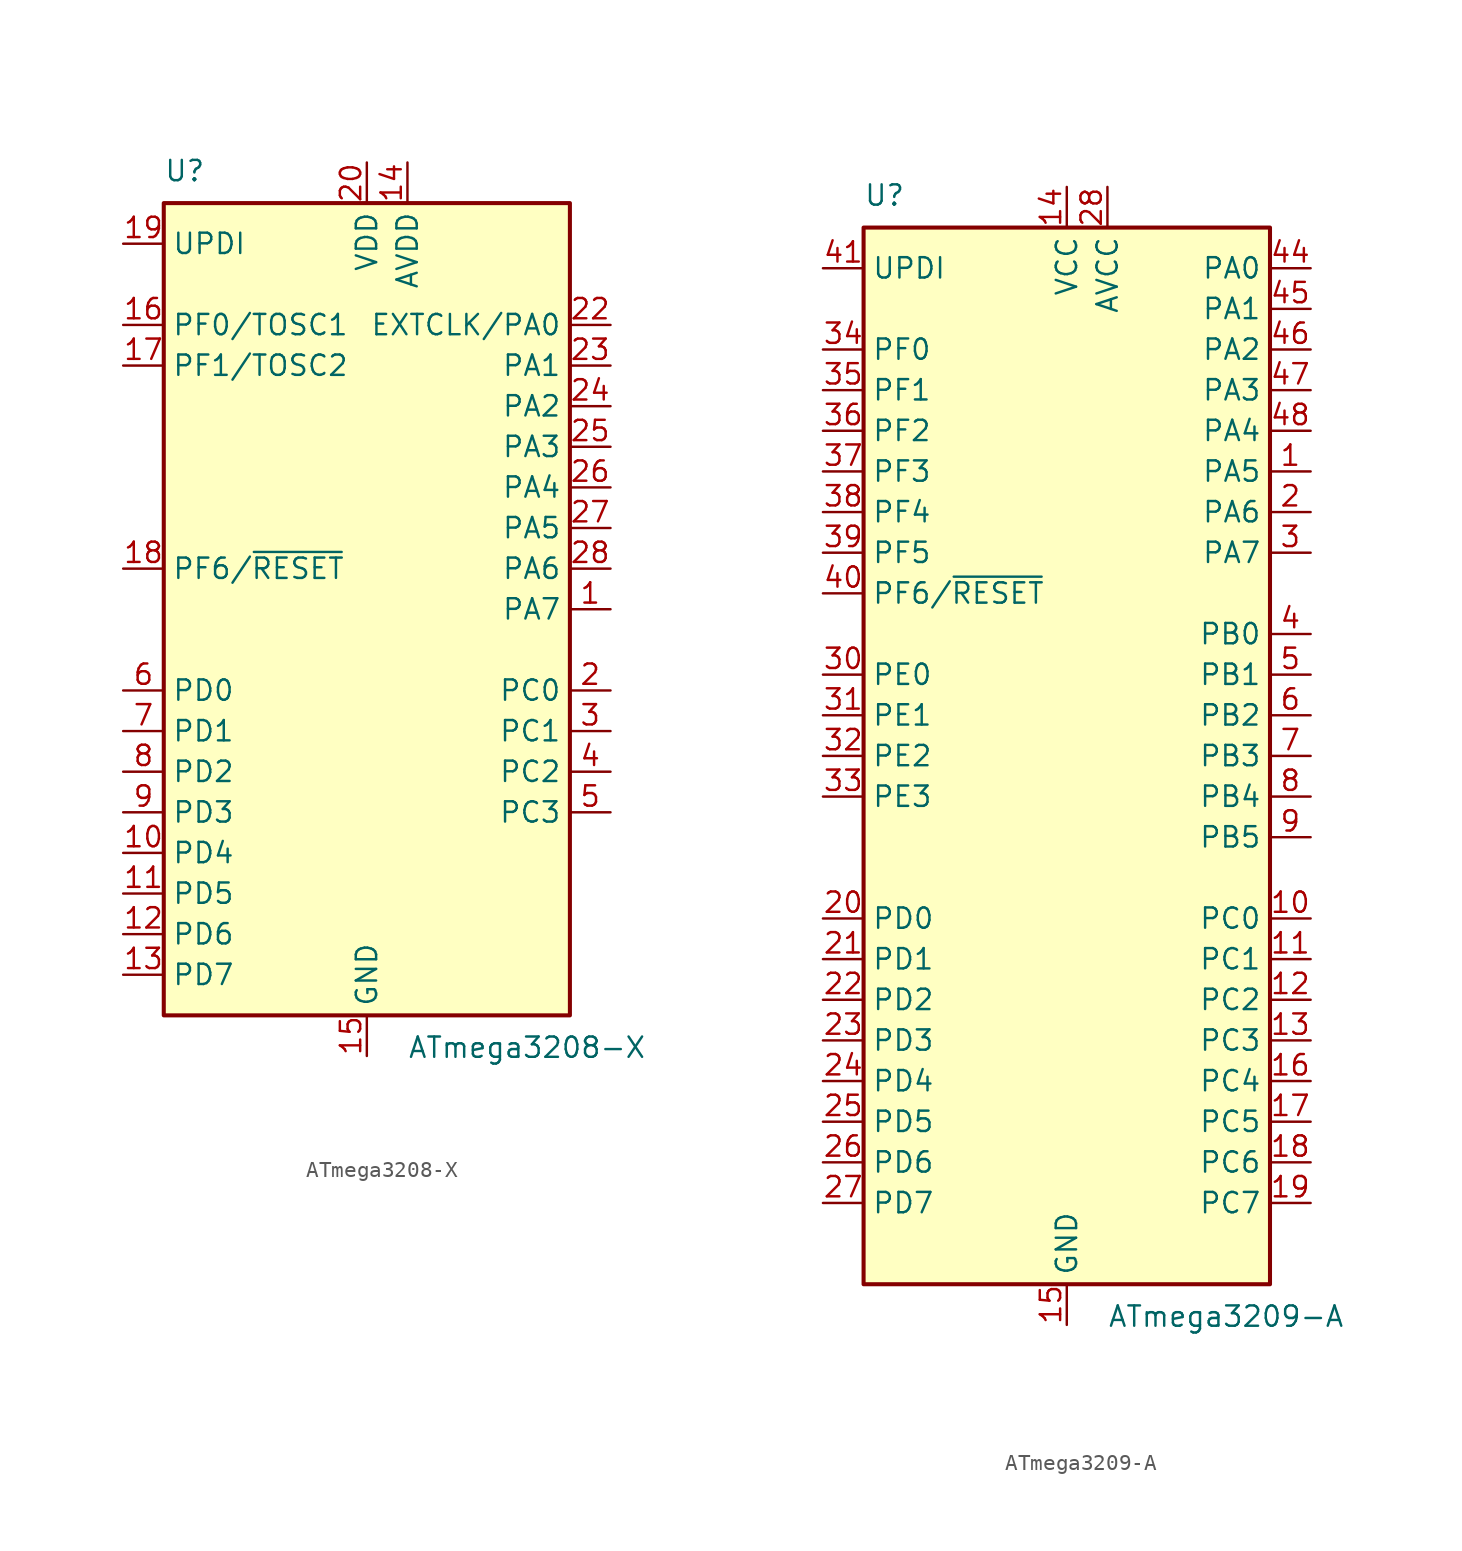
<source format=kicad_sym>
(kicad_symbol_lib
  (version 20241209)
  (generator "kicad_symbol_editor")
  (generator_version "9.0")
  (symbol "ATmega3208-X"
    (property "Reference" "U"
      (at -12.7 26.67 0)
      (effects (font (size 1.27 1.27)) (justify left bottom)))
    (property "Value" "ATmega3208-X"
      (at 2.54 -26.67 0)
      (effects (font (size 1.27 1.27)) (justify left top)))
    (symbol "ATmega3208-X_0_1"
      (rectangle (start -12.7 -25.4) (end 12.7 25.4) (stroke (width 0.254) (type default)) (fill (type background))))
    (symbol "ATmega3208-X_1_1"
      (pin bidirectional line (at -15.24 22.86 0) (length 2.54) (name "UPDI" (effects (font (size 1.27 1.27)))) (number "19" (effects (font (size 1.27 1.27)))))
      (pin bidirectional line (at -15.24 17.78 0) (length 2.54) (name "PF0/TOSC1" (effects (font (size 1.27 1.27)))) (number "16" (effects (font (size 1.27 1.27)))))
      (pin bidirectional line (at -15.24 15.24 0) (length 2.54) (name "PF1/TOSC2" (effects (font (size 1.27 1.27)))) (number "17" (effects (font (size 1.27 1.27)))))
      (pin bidirectional line (at -15.24 2.54 0) (length 2.54) (name "PF6/~{RESET}" (effects (font (size 1.27 1.27)))) (number "18" (effects (font (size 1.27 1.27)))))
      (pin bidirectional line (at -15.24 -5.08 0) (length 2.54) (name "PD0" (effects (font (size 1.27 1.27)))) (number "6" (effects (font (size 1.27 1.27)))))
      (pin bidirectional line (at -15.24 -7.62 0) (length 2.54) (name "PD1" (effects (font (size 1.27 1.27)))) (number "7" (effects (font (size 1.27 1.27)))))
      (pin bidirectional line (at -15.24 -10.16 0) (length 2.54) (name "PD2" (effects (font (size 1.27 1.27)))) (number "8" (effects (font (size 1.27 1.27)))))
      (pin bidirectional line (at -15.24 -12.7 0) (length 2.54) (name "PD3" (effects (font (size 1.27 1.27)))) (number "9" (effects (font (size 1.27 1.27)))))
      (pin bidirectional line (at -15.24 -15.24 0) (length 2.54) (name "PD4" (effects (font (size 1.27 1.27)))) (number "10" (effects (font (size 1.27 1.27)))))
      (pin bidirectional line (at -15.24 -17.78 0) (length 2.54) (name "PD5" (effects (font (size 1.27 1.27)))) (number "11" (effects (font (size 1.27 1.27)))))
      (pin bidirectional line (at -15.24 -20.32 0) (length 2.54) (name "PD6" (effects (font (size 1.27 1.27)))) (number "12" (effects (font (size 1.27 1.27)))))
      (pin bidirectional line (at -15.24 -22.86 0) (length 2.54) (name "PD7" (effects (font (size 1.27 1.27)))) (number "13" (effects (font (size 1.27 1.27)))))
      (pin power_in line (at 0 27.94 270) (length 2.54) (name "VDD" (effects (font (size 1.27 1.27)))) (number "20" (effects (font (size 1.27 1.27)))))
      (pin power_in line (at 0 -27.94 90) (length 2.54) (name "GND" (effects (font (size 1.27 1.27)))) (number "15" (effects (font (size 1.27 1.27)))))
      (pin passive line (at 0 -27.94 90) (length 2.54) (hide yes) (name "GND" (effects (font (size 1.27 1.27)))) (number "21" (effects (font (size 1.27 1.27)))))
      (pin power_in line (at 2.54 27.94 270) (length 2.54) (name "AVDD" (effects (font (size 1.27 1.27)))) (number "14" (effects (font (size 1.27 1.27)))))
      (pin bidirectional line (at 15.24 17.78 180) (length 2.54) (name "EXTCLK/PA0" (effects (font (size 1.27 1.27)))) (number "22" (effects (font (size 1.27 1.27)))))
      (pin bidirectional line (at 15.24 15.24 180) (length 2.54) (name "PA1" (effects (font (size 1.27 1.27)))) (number "23" (effects (font (size 1.27 1.27)))))
      (pin bidirectional line (at 15.24 12.7 180) (length 2.54) (name "PA2" (effects (font (size 1.27 1.27)))) (number "24" (effects (font (size 1.27 1.27)))))
      (pin bidirectional line (at 15.24 10.16 180) (length 2.54) (name "PA3" (effects (font (size 1.27 1.27)))) (number "25" (effects (font (size 1.27 1.27)))))
      (pin bidirectional line (at 15.24 7.62 180) (length 2.54) (name "PA4" (effects (font (size 1.27 1.27)))) (number "26" (effects (font (size 1.27 1.27)))))
      (pin bidirectional line (at 15.24 5.08 180) (length 2.54) (name "PA5" (effects (font (size 1.27 1.27)))) (number "27" (effects (font (size 1.27 1.27)))))
      (pin bidirectional line (at 15.24 2.54 180) (length 2.54) (name "PA6" (effects (font (size 1.27 1.27)))) (number "28" (effects (font (size 1.27 1.27)))))
      (pin bidirectional line (at 15.24 0 180) (length 2.54) (name "PA7" (effects (font (size 1.27 1.27)))) (number "1" (effects (font (size 1.27 1.27)))))
      (pin bidirectional line (at 15.24 -5.08 180) (length 2.54) (name "PC0" (effects (font (size 1.27 1.27)))) (number "2" (effects (font (size 1.27 1.27)))))
      (pin bidirectional line (at 15.24 -7.62 180) (length 2.54) (name "PC1" (effects (font (size 1.27 1.27)))) (number "3" (effects (font (size 1.27 1.27)))))
      (pin bidirectional line (at 15.24 -10.16 180) (length 2.54) (name "PC2" (effects (font (size 1.27 1.27)))) (number "4" (effects (font (size 1.27 1.27)))))
      (pin bidirectional line (at 15.24 -12.7 180) (length 2.54) (name "PC3" (effects (font (size 1.27 1.27)))) (number "5" (effects (font (size 1.27 1.27)))))))
  (symbol "ATmega3209-A"
    (property "Reference" "U"
      (at -12.7 34.29 0)
      (effects (font (size 1.27 1.27)) (justify left bottom)))
    (property "Value" "ATmega3209-A"
      (at 2.54 -34.29 0)
      (effects (font (size 1.27 1.27)) (justify left top)))
    (symbol "ATmega3209-A_0_1"
      (rectangle (start -12.7 -33.02) (end 12.7 33.02) (stroke (width 0.254) (type default)) (fill (type background))))
    (symbol "ATmega3209-A_1_1"
      (pin bidirectional line (at -15.24 30.48 0) (length 2.54) (name "UPDI" (effects (font (size 1.27 1.27)))) (number "41" (effects (font (size 1.27 1.27)))))
      (pin bidirectional line (at -15.24 25.4 0) (length 2.54) (name "PF0" (effects (font (size 1.27 1.27)))) (number "34" (effects (font (size 1.27 1.27)))))
      (pin bidirectional line (at -15.24 22.86 0) (length 2.54) (name "PF1" (effects (font (size 1.27 1.27)))) (number "35" (effects (font (size 1.27 1.27)))))
      (pin bidirectional line (at -15.24 20.32 0) (length 2.54) (name "PF2" (effects (font (size 1.27 1.27)))) (number "36" (effects (font (size 1.27 1.27)))))
      (pin bidirectional line (at -15.24 17.78 0) (length 2.54) (name "PF3" (effects (font (size 1.27 1.27)))) (number "37" (effects (font (size 1.27 1.27)))))
      (pin bidirectional line (at -15.24 15.24 0) (length 2.54) (name "PF4" (effects (font (size 1.27 1.27)))) (number "38" (effects (font (size 1.27 1.27)))))
      (pin bidirectional line (at -15.24 12.7 0) (length 2.54) (name "PF5" (effects (font (size 1.27 1.27)))) (number "39" (effects (font (size 1.27 1.27)))))
      (pin bidirectional line (at -15.24 10.16 0) (length 2.54) (name "PF6/~{RESET}" (effects (font (size 1.27 1.27)))) (number "40" (effects (font (size 1.27 1.27)))))
      (pin bidirectional line (at -15.24 5.08 0) (length 2.54) (name "PE0" (effects (font (size 1.27 1.27)))) (number "30" (effects (font (size 1.27 1.27)))))
      (pin bidirectional line (at -15.24 2.54 0) (length 2.54) (name "PE1" (effects (font (size 1.27 1.27)))) (number "31" (effects (font (size 1.27 1.27)))))
      (pin bidirectional line (at -15.24 0 0) (length 2.54) (name "PE2" (effects (font (size 1.27 1.27)))) (number "32" (effects (font (size 1.27 1.27)))))
      (pin bidirectional line (at -15.24 -2.54 0) (length 2.54) (name "PE3" (effects (font (size 1.27 1.27)))) (number "33" (effects (font (size 1.27 1.27)))))
      (pin bidirectional line (at -15.24 -10.16 0) (length 2.54) (name "PD0" (effects (font (size 1.27 1.27)))) (number "20" (effects (font (size 1.27 1.27)))))
      (pin bidirectional line (at -15.24 -12.7 0) (length 2.54) (name "PD1" (effects (font (size 1.27 1.27)))) (number "21" (effects (font (size 1.27 1.27)))))
      (pin bidirectional line (at -15.24 -15.24 0) (length 2.54) (name "PD2" (effects (font (size 1.27 1.27)))) (number "22" (effects (font (size 1.27 1.27)))))
      (pin bidirectional line (at -15.24 -17.78 0) (length 2.54) (name "PD3" (effects (font (size 1.27 1.27)))) (number "23" (effects (font (size 1.27 1.27)))))
      (pin bidirectional line (at -15.24 -20.32 0) (length 2.54) (name "PD4" (effects (font (size 1.27 1.27)))) (number "24" (effects (font (size 1.27 1.27)))))
      (pin bidirectional line (at -15.24 -22.86 0) (length 2.54) (name "PD5" (effects (font (size 1.27 1.27)))) (number "25" (effects (font (size 1.27 1.27)))))
      (pin bidirectional line (at -15.24 -25.4 0) (length 2.54) (name "PD6" (effects (font (size 1.27 1.27)))) (number "26" (effects (font (size 1.27 1.27)))))
      (pin bidirectional line (at -15.24 -27.94 0) (length 2.54) (name "PD7" (effects (font (size 1.27 1.27)))) (number "27" (effects (font (size 1.27 1.27)))))
      (pin power_in line (at 0 35.56 270) (length 2.54) (name "VCC" (effects (font (size 1.27 1.27)))) (number "14" (effects (font (size 1.27 1.27)))))
      (pin passive line (at 0 35.56 270) (length 2.54) (hide yes) (name "VCC" (effects (font (size 1.27 1.27)))) (number "42" (effects (font (size 1.27 1.27)))))
      (pin power_in line (at 0 -35.56 90) (length 2.54) (name "GND" (effects (font (size 1.27 1.27)))) (number "15" (effects (font (size 1.27 1.27)))))
      (pin passive line (at 0 -35.56 90) (length 2.54) (hide yes) (name "GND" (effects (font (size 1.27 1.27)))) (number "29" (effects (font (size 1.27 1.27)))))
      (pin passive line (at 0 -35.56 90) (length 2.54) (hide yes) (name "GND" (effects (font (size 1.27 1.27)))) (number "43" (effects (font (size 1.27 1.27)))))
      (pin power_in line (at 2.54 35.56 270) (length 2.54) (name "AVCC" (effects (font (size 1.27 1.27)))) (number "28" (effects (font (size 1.27 1.27)))))
      (pin bidirectional line (at 15.24 30.48 180) (length 2.54) (name "PA0" (effects (font (size 1.27 1.27)))) (number "44" (effects (font (size 1.27 1.27)))))
      (pin bidirectional line (at 15.24 27.94 180) (length 2.54) (name "PA1" (effects (font (size 1.27 1.27)))) (number "45" (effects (font (size 1.27 1.27)))))
      (pin bidirectional line (at 15.24 25.4 180) (length 2.54) (name "PA2" (effects (font (size 1.27 1.27)))) (number "46" (effects (font (size 1.27 1.27)))))
      (pin bidirectional line (at 15.24 22.86 180) (length 2.54) (name "PA3" (effects (font (size 1.27 1.27)))) (number "47" (effects (font (size 1.27 1.27)))))
      (pin bidirectional line (at 15.24 20.32 180) (length 2.54) (name "PA4" (effects (font (size 1.27 1.27)))) (number "48" (effects (font (size 1.27 1.27)))))
      (pin bidirectional line (at 15.24 17.78 180) (length 2.54) (name "PA5" (effects (font (size 1.27 1.27)))) (number "1" (effects (font (size 1.27 1.27)))))
      (pin bidirectional line (at 15.24 15.24 180) (length 2.54) (name "PA6" (effects (font (size 1.27 1.27)))) (number "2" (effects (font (size 1.27 1.27)))))
      (pin bidirectional line (at 15.24 12.7 180) (length 2.54) (name "PA7" (effects (font (size 1.27 1.27)))) (number "3" (effects (font (size 1.27 1.27)))))
      (pin bidirectional line (at 15.24 7.62 180) (length 2.54) (name "PB0" (effects (font (size 1.27 1.27)))) (number "4" (effects (font (size 1.27 1.27)))))
      (pin bidirectional line (at 15.24 5.08 180) (length 2.54) (name "PB1" (effects (font (size 1.27 1.27)))) (number "5" (effects (font (size 1.27 1.27)))))
      (pin bidirectional line (at 15.24 2.54 180) (length 2.54) (name "PB2" (effects (font (size 1.27 1.27)))) (number "6" (effects (font (size 1.27 1.27)))))
      (pin bidirectional line (at 15.24 0 180) (length 2.54) (name "PB3" (effects (font (size 1.27 1.27)))) (number "7" (effects (font (size 1.27 1.27)))))
      (pin bidirectional line (at 15.24 -2.54 180) (length 2.54) (name "PB4" (effects (font (size 1.27 1.27)))) (number "8" (effects (font (size 1.27 1.27)))))
      (pin bidirectional line (at 15.24 -5.08 180) (length 2.54) (name "PB5" (effects (font (size 1.27 1.27)))) (number "9" (effects (font (size 1.27 1.27)))))
      (pin bidirectional line (at 15.24 -10.16 180) (length 2.54) (name "PC0" (effects (font (size 1.27 1.27)))) (number "10" (effects (font (size 1.27 1.27)))))
      (pin bidirectional line (at 15.24 -12.7 180) (length 2.54) (name "PC1" (effects (font (size 1.27 1.27)))) (number "11" (effects (font (size 1.27 1.27)))))
      (pin bidirectional line (at 15.24 -15.24 180) (length 2.54) (name "PC2" (effects (font (size 1.27 1.27)))) (number "12" (effects (font (size 1.27 1.27)))))
      (pin bidirectional line (at 15.24 -17.78 180) (length 2.54) (name "PC3" (effects (font (size 1.27 1.27)))) (number "13" (effects (font (size 1.27 1.27)))))
      (pin bidirectional line (at 15.24 -20.32 180) (length 2.54) (name "PC4" (effects (font (size 1.27 1.27)))) (number "16" (effects (font (size 1.27 1.27)))))
      (pin bidirectional line (at 15.24 -22.86 180) (length 2.54) (name "PC5" (effects (font (size 1.27 1.27)))) (number "17" (effects (font (size 1.27 1.27)))))
      (pin bidirectional line (at 15.24 -25.4 180) (length 2.54) (name "PC6" (effects (font (size 1.27 1.27)))) (number "18" (effects (font (size 1.27 1.27)))))
      (pin bidirectional line (at 15.24 -27.94 180) (length 2.54) (name "PC7" (effects (font (size 1.27 1.27)))) (number "19" (effects (font (size 1.27 1.27))))))))
</source>
